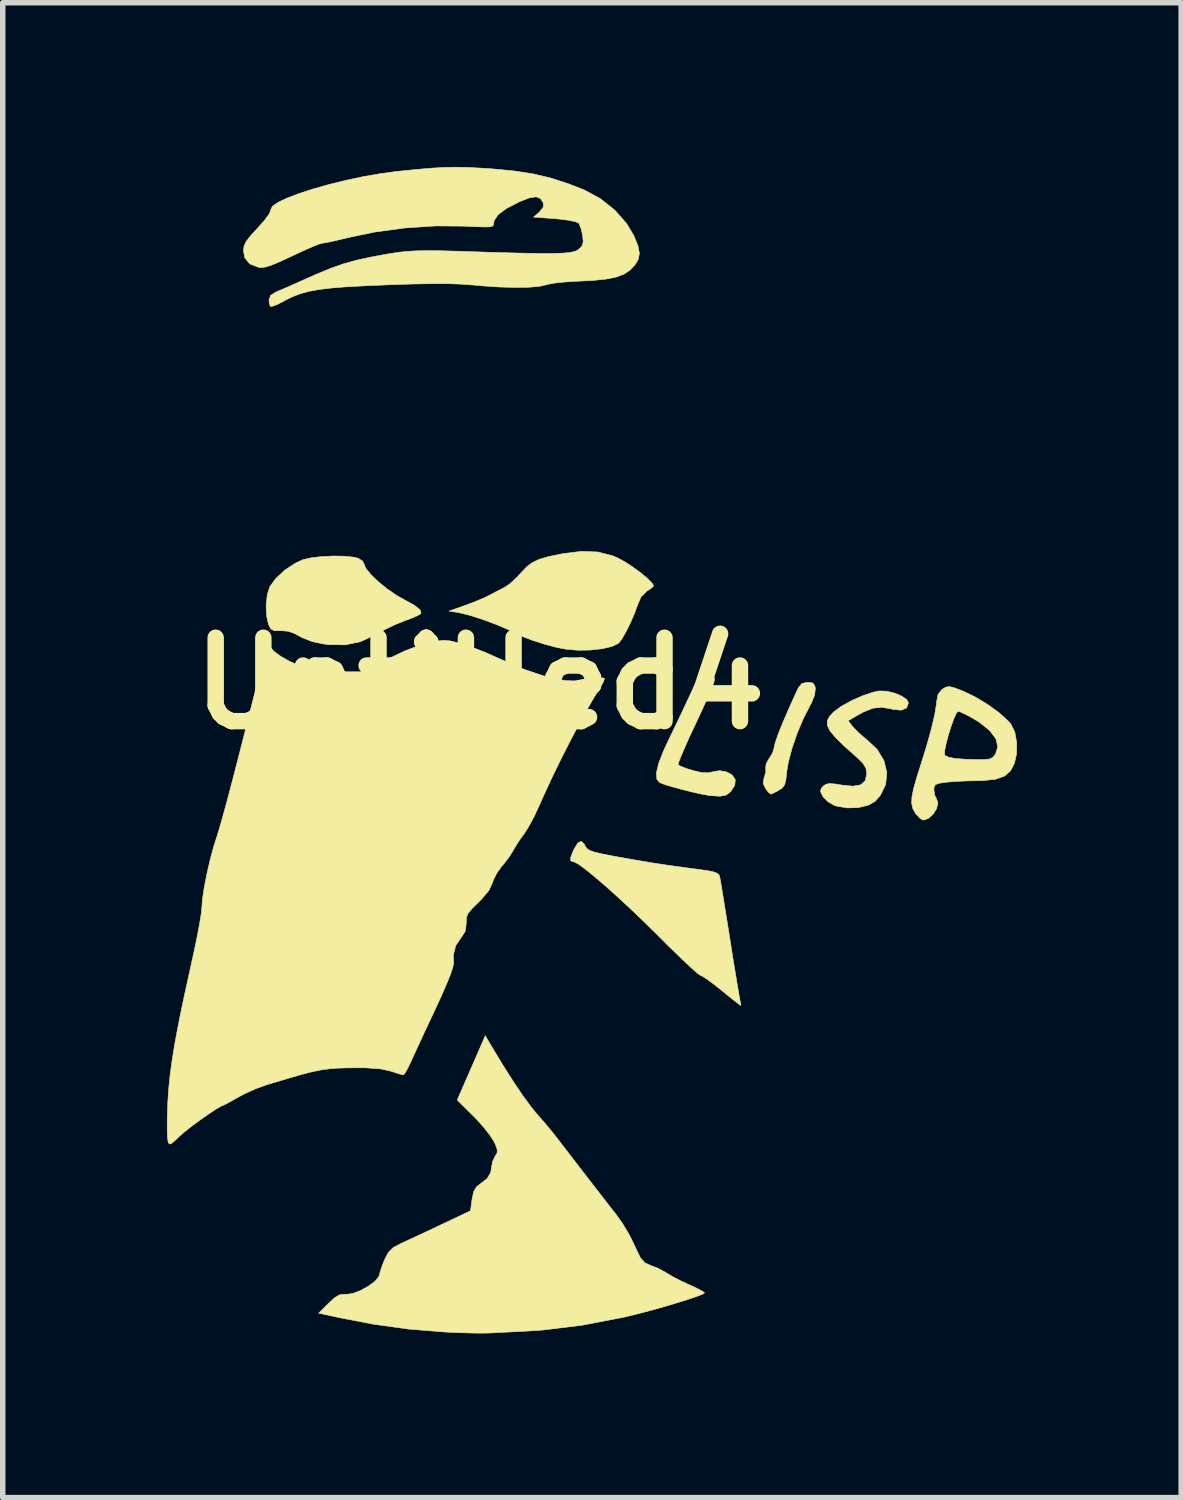
<source format=kicad_pcb>
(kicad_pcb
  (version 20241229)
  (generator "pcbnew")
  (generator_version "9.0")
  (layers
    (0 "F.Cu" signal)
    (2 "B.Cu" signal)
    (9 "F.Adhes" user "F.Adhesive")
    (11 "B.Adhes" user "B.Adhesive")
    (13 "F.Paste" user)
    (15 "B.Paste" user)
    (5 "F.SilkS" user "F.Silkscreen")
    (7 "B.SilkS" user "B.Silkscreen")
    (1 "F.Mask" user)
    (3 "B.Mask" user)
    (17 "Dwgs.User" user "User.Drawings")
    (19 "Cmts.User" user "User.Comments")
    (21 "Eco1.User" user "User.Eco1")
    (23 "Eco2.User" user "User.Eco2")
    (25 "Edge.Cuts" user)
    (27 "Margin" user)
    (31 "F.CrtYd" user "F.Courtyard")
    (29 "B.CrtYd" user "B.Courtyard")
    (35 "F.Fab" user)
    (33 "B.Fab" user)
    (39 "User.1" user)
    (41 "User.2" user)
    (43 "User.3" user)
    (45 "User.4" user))
  (footprint "Untitled4"
    (layer "F.Cu")
    (at 5.717 9.437)
    (property "Reference" "Untitled4" (at 0 0 0) (layer "F.SilkS") (effects (font (size 1.524 1.524) (thickness 0.3))))
    (attr through_hole)
    (fp_poly (pts (xy 6.084 -0.008) (xy 6.123 0.049) (xy 6.131 0.097) (xy 6.116 0.218) (xy 6.056 0.365) (xy 6.04 0.393) (xy 5.916 0.633) (xy 5.8 0.907) (xy 5.704 1.187) (xy 5.636 1.443) (xy 5.61 1.6) (xy 5.593 1.754) (xy 5.571 1.849) (xy 5.525 1.911) (xy 5.439 1.966) (xy 5.326 2.023) (xy 5.286 2.002) (xy 5.227 1.931) (xy 5.225 1.927) (xy 5.178 1.828) (xy 5.19 1.738) (xy 5.2 1.713) (xy 5.227 1.613) (xy 5.223 1.547) (xy 5.231 1.473) (xy 5.282 1.379) (xy 5.288 1.371) (xy 5.349 1.271) (xy 5.376 1.185) (xy 5.376 1.182) (xy 5.396 1.089) (xy 5.452 0.926) (xy 5.543 0.7) (xy 5.667 0.415) (xy 5.817 0.085) (xy 5.885 0.001) (xy 5.992 -0.021) (xy 6.084 -0.008)) (stroke (width 0.01) (type solid)) (fill yes) (layer "F.SilkS"))
    (fp_poly (pts (xy -2.467 -2.324) (xy -2.3 -2.306) (xy -2.225 -2.287) (xy -2.145 -2.238) (xy -2.117 -2.187) (xy -2.083 -2.103) (xy -1.991 -1.99) (xy -1.858 -1.861) (xy -1.698 -1.73) (xy -1.526 -1.611) (xy -1.376 -1.527) (xy -1.195 -1.427) (xy -1.093 -1.346) (xy -1.073 -1.285) (xy -1.083 -1.271) (xy -1.143 -1.236) (xy -1.257 -1.187) (xy -1.376 -1.143) (xy -1.548 -1.074) (xy -1.744 -0.98) (xy -1.904 -0.893) (xy -2.178 -0.763) (xy -2.458 -0.704) (xy -2.768 -0.709) (xy -2.857 -0.721) (xy -3.064 -0.764) (xy -3.245 -0.836) (xy -3.387 -0.913) (xy -3.502 -0.953) (xy -3.639 -0.964) (xy -3.65 -0.963) (xy -3.759 -0.963) (xy -3.819 -0.998) (xy -3.86 -1.076) (xy -3.897 -1.235) (xy -3.904 -1.431) (xy -3.883 -1.623) (xy -3.836 -1.769) (xy -3.725 -1.92) (xy -3.562 -2.07) (xy -3.374 -2.195) (xy -3.226 -2.263) (xy -3.078 -2.296) (xy -2.884 -2.318) (xy -2.671 -2.328) (xy -2.467 -2.324)) (stroke (width 0.01) (type solid)) (fill yes) (layer "F.SilkS"))
    (fp_poly (pts (xy 4.158 -0.162) (xy 4.254 -0.142) (xy 4.288 -0.097) (xy 4.287 -0.056) (xy 4.267 0.01) (xy 4.215 0.139) (xy 4.138 0.316) (xy 4.042 0.527) (xy 3.94 0.745) (xy 3.834 0.97) (xy 3.745 1.17) (xy 3.676 1.331) (xy 3.633 1.44) (xy 3.622 1.486) (xy 3.671 1.514) (xy 3.776 1.555) (xy 3.885 1.589) (xy 4.057 1.63) (xy 4.179 1.634) (xy 4.24 1.619) (xy 4.38 1.594) (xy 4.51 1.617) (xy 4.612 1.675) (xy 4.668 1.759) (xy 4.659 1.857) (xy 4.655 1.866) (xy 4.583 1.978) (xy 4.502 2.04) (xy 4.389 2.062) (xy 4.223 2.051) (xy 4.17 2.044) (xy 4.042 2.021) (xy 3.875 1.983) (xy 3.691 1.937) (xy 3.516 1.889) (xy 3.374 1.846) (xy 3.29 1.814) (xy 3.288 1.813) (xy 3.234 1.749) (xy 3.227 1.635) (xy 3.266 1.466) (xy 3.355 1.238) (xy 3.464 1.003) (xy 3.573 0.777) (xy 3.692 0.53) (xy 3.8 0.299) (xy 3.847 0.198) (xy 3.927 0.027) (xy 3.984 -0.081) (xy 4.03 -0.14) (xy 4.076 -0.163) (xy 4.136 -0.164) (xy 4.158 -0.162)) (stroke (width 0.01) (type solid)) (fill yes) (layer "F.SilkS"))
    (fp_poly (pts (xy 2.156 -2.401) (xy 2.42 -2.334) (xy 2.527 -2.289) (xy 2.659 -2.216) (xy 2.805 -2.12) (xy 2.947 -2.015) (xy 3.067 -1.914) (xy 3.149 -1.83) (xy 3.175 -1.783) (xy 3.142 -1.746) (xy 3.062 -1.693) (xy 3.057 -1.69) (xy 2.946 -1.581) (xy 2.883 -1.436) (xy 2.829 -1.285) (xy 2.756 -1.116) (xy 2.676 -0.953) (xy 2.6 -0.819) (xy 2.539 -0.738) (xy 2.533 -0.733) (xy 2.416 -0.676) (xy 2.239 -0.634) (xy 2.023 -0.61) (xy 1.792 -0.606) (xy 1.587 -0.623) (xy 1.402 -0.658) (xy 1.183 -0.716) (xy 0.962 -0.787) (xy 0.771 -0.86) (xy 0.67 -0.909) (xy 0.498 -0.993) (xy 0.281 -1.084) (xy 0.047 -1.17) (xy -0.174 -1.241) (xy -0.353 -1.286) (xy -0.377 -1.291) (xy -0.563 -1.322) (xy -0.274 -1.423) (xy -0.104 -1.487) (xy 0.057 -1.554) (xy 0.166 -1.606) (xy 0.304 -1.679) (xy 0.438 -1.747) (xy 0.45 -1.753) (xy 0.55 -1.821) (xy 0.669 -1.93) (xy 0.752 -2.02) (xy 0.852 -2.127) (xy 0.956 -2.206) (xy 1.083 -2.267) (xy 1.254 -2.317) (xy 1.488 -2.365) (xy 1.519 -2.371) (xy 1.861 -2.413) (xy 2.156 -2.401)) (stroke (width 0.01) (type solid)) (fill yes) (layer "F.SilkS"))
    (fp_poly (pts (xy 7.434 0.142) (xy 7.579 0.177) (xy 7.71 0.232) (xy 7.802 0.297) (xy 7.832 0.356) (xy 7.799 0.448) (xy 7.703 0.489) (xy 7.551 0.475) (xy 7.516 0.466) (xy 7.343 0.436) (xy 7.182 0.453) (xy 7.006 0.524) (xy 6.91 0.577) (xy 6.729 0.682) (xy 6.815 0.792) (xy 6.904 0.886) (xy 7.024 0.991) (xy 7.068 1.025) (xy 7.262 1.208) (xy 7.385 1.413) (xy 7.437 1.629) (xy 7.416 1.844) (xy 7.32 2.044) (xy 7.221 2.156) (xy 7.093 2.228) (xy 6.915 2.269) (xy 6.716 2.275) (xy 6.525 2.244) (xy 6.477 2.229) (xy 6.359 2.161) (xy 6.271 2.07) (xy 6.266 2.061) (xy 6.226 1.976) (xy 6.237 1.92) (xy 6.272 1.88) (xy 6.322 1.843) (xy 6.388 1.83) (xy 6.496 1.838) (xy 6.609 1.857) (xy 6.817 1.878) (xy 6.96 1.853) (xy 7.042 1.778) (xy 7.07 1.652) (xy 7.07 1.642) (xy 7.055 1.549) (xy 7.001 1.46) (xy 6.892 1.352) (xy 6.873 1.336) (xy 6.653 1.14) (xy 6.496 0.985) (xy 6.396 0.864) (xy 6.349 0.765) (xy 6.349 0.68) (xy 6.393 0.599) (xy 6.466 0.521) (xy 6.605 0.418) (xy 6.795 0.314) (xy 7.003 0.222) (xy 7.198 0.158) (xy 7.298 0.138) (xy 7.434 0.142)) (stroke (width 0.01) (type solid)) (fill yes) (layer "F.SilkS"))
    (fp_poly (pts (xy 1.909 2.938) (xy 1.927 2.974) (xy 1.955 3.016) (xy 2.006 3.051) (xy 2.096 3.083) (xy 2.238 3.116) (xy 2.447 3.157) (xy 2.477 3.162) (xy 2.835 3.226) (xy 3.144 3.278) (xy 3.439 3.323) (xy 3.752 3.366) (xy 3.949 3.392) (xy 4.141 3.418) (xy 4.266 3.442) (xy 4.337 3.469) (xy 4.372 3.503) (xy 4.383 3.532) (xy 4.395 3.596) (xy 4.418 3.732) (xy 4.45 3.927) (xy 4.489 4.169) (xy 4.534 4.446) (xy 4.574 4.699) (xy 4.62 4.993) (xy 4.664 5.261) (xy 4.702 5.49) (xy 4.732 5.67) (xy 4.753 5.788) (xy 4.762 5.831) (xy 4.771 5.88) (xy 4.767 5.884) (xy 4.73 5.859) (xy 4.643 5.791) (xy 4.519 5.692) (xy 4.419 5.61) (xy 4.274 5.495) (xy 4.149 5.403) (xy 4.062 5.347) (xy 4.032 5.335) (xy 3.989 5.306) (xy 3.895 5.225) (xy 3.76 5.1) (xy 3.593 4.94) (xy 3.403 4.754) (xy 3.292 4.642) (xy 3.029 4.382) (xy 2.769 4.133) (xy 2.52 3.902) (xy 2.29 3.696) (xy 2.087 3.522) (xy 1.919 3.387) (xy 1.793 3.297) (xy 1.718 3.26) (xy 1.712 3.26) (xy 1.663 3.244) (xy 1.658 3.19) (xy 1.697 3.082) (xy 1.722 3.028) (xy 1.792 2.915) (xy 1.853 2.885) (xy 1.909 2.938)) (stroke (width 0.01) (type solid)) (fill yes) (layer "F.SilkS"))
    (fp_poly (pts (xy 8.661 0.077) (xy 8.79 0.125) (xy 8.843 0.147) (xy 9.061 0.253) (xy 9.285 0.389) (xy 9.49 0.538) (xy 9.652 0.684) (xy 9.702 0.74) (xy 9.775 0.889) (xy 9.81 1.084) (xy 9.806 1.294) (xy 9.768 1.46) (xy 9.696 1.599) (xy 9.585 1.694) (xy 9.422 1.751) (xy 9.195 1.776) (xy 9.081 1.778) (xy 8.882 1.782) (xy 8.683 1.792) (xy 8.524 1.805) (xy 8.52 1.805) (xy 8.39 1.825) (xy 8.324 1.851) (xy 8.3 1.897) (xy 8.297 1.945) (xy 8.313 2.046) (xy 8.342 2.102) (xy 8.371 2.183) (xy 8.346 2.288) (xy 8.281 2.392) (xy 8.191 2.47) (xy 8.1 2.498) (xy 8.044 2.466) (xy 7.971 2.388) (xy 7.958 2.37) (xy 7.912 2.288) (xy 7.891 2.195) (xy 7.895 2.077) (xy 7.927 1.919) (xy 7.987 1.706) (xy 8.052 1.503) (xy 8.116 1.299) (xy 8.49 1.299) (xy 8.495 1.314) (xy 8.562 1.348) (xy 8.685 1.372) (xy 8.876 1.386) (xy 9.048 1.391) (xy 9.209 1.392) (xy 9.309 1.382) (xy 9.369 1.356) (xy 9.412 1.307) (xy 9.422 1.293) (xy 9.465 1.157) (xy 9.429 1.011) (xy 9.316 0.861) (xy 9.129 0.711) (xy 9.024 0.646) (xy 8.894 0.575) (xy 8.79 0.526) (xy 8.738 0.509) (xy 8.706 0.546) (xy 8.661 0.645) (xy 8.612 0.783) (xy 8.563 0.939) (xy 8.522 1.091) (xy 8.496 1.218) (xy 8.49 1.299) (xy 8.116 1.299) (xy 8.161 1.153) (xy 8.248 0.841) (xy 8.31 0.58) (xy 8.343 0.38) (xy 8.346 0.338) (xy 8.372 0.202) (xy 8.438 0.116) (xy 8.46 0.1) (xy 8.52 0.067) (xy 8.579 0.058) (xy 8.661 0.077)) (stroke (width 0.01) (type solid)) (fill yes) (layer "F.SilkS"))
    (fp_poly (pts (xy 0.205 6.616) (xy 0.412 6.959) (xy 0.609 7.27) (xy 0.789 7.537) (xy 0.944 7.748) (xy 1.043 7.867) (xy 1.18 8.024) (xy 1.324 8.197) (xy 1.417 8.315) (xy 1.546 8.484) (xy 1.705 8.69) (xy 1.878 8.915) (xy 2.055 9.144) (xy 2.223 9.36) (xy 2.367 9.546) (xy 2.476 9.686) (xy 2.496 9.711) (xy 2.611 9.874) (xy 2.722 10.06) (xy 2.772 10.156) (xy 2.841 10.301) (xy 2.903 10.431) (xy 2.935 10.496) (xy 3.018 10.587) (xy 3.122 10.635) (xy 3.25 10.683) (xy 3.386 10.757) (xy 3.405 10.769) (xy 3.521 10.838) (xy 3.679 10.92) (xy 3.829 10.989) (xy 3.965 11.052) (xy 4.064 11.104) (xy 4.106 11.135) (xy 4.106 11.136) (xy 4.068 11.161) (xy 3.961 11.202) (xy 3.802 11.256) (xy 3.602 11.318) (xy 3.378 11.385) (xy 3.144 11.451) (xy 2.912 11.512) (xy 2.698 11.565) (xy 2.64 11.579) (xy 1.871 11.727) (xy 1.152 11.815) (xy 0.891 11.833) (xy 0.671 11.844) (xy 0.451 11.855) (xy 0.264 11.865) (xy 0.191 11.869) (xy 0.051 11.872) (xy -0.148 11.87) (xy -0.381 11.863) (xy -0.623 11.852) (xy -0.656 11.85) (xy -1.307 11.797) (xy -1.941 11.709) (xy -2.52 11.598) (xy -2.945 11.507) (xy -2.766 11.329) (xy -2.653 11.225) (xy -2.566 11.173) (xy -2.479 11.161) (xy -2.447 11.163) (xy -2.328 11.149) (xy -2.183 11.095) (xy -2.039 11.016) (xy -1.918 10.927) (xy -1.846 10.84) (xy -1.836 10.811) (xy -1.812 10.721) (xy -1.765 10.592) (xy -1.739 10.526) (xy -1.669 10.394) (xy -1.581 10.308) (xy -1.452 10.239) (xy -1.337 10.186) (xy -1.167 10.107) (xy -0.964 10.012) (xy -0.748 9.91) (xy -0.71 9.892) (xy -0.17 9.636) (xy -0.143 9.43) (xy -0.112 9.286) (xy -0.06 9.197) (xy -0.005 9.155) (xy 0.133 9.048) (xy 0.2 8.936) (xy 0.212 8.849) (xy 0.236 8.729) (xy 0.278 8.644) (xy 0.316 8.579) (xy 0.318 8.516) (xy 0.284 8.423) (xy 0.258 8.37) (xy 0.189 8.26) (xy 0.077 8.117) (xy -0.059 7.964) (xy -0.12 7.902) (xy -0.413 7.612) (xy -0.156 7.024) (xy 0.1 6.437) (xy 0.205 6.616)) (stroke (width 0.01) (type solid)) (fill yes) (layer "F.SilkS"))
    (fp_poly (pts (xy -0.526 -0.774) (xy -0.381 -0.737) (xy -0.321 -0.72) (xy -0.121 -0.653) (xy 0.102 -0.566) (xy 0.275 -0.488) (xy 0.748 -0.279) (xy 1.17 -0.135) (xy 1.544 -0.054) (xy 1.871 -0.037) (xy 2.149 -0.082) (xy 2.242 -0.103) (xy 2.278 -0.088) (xy 2.258 -0.027) (xy 2.192 0.085) (xy 2.038 0.34) (xy 1.863 0.653) (xy 1.676 1.004) (xy 1.487 1.374) (xy 1.308 1.743) (xy 1.148 2.09) (xy 1.082 2.239) (xy 0.998 2.42) (xy 0.909 2.589) (xy 0.83 2.719) (xy 0.809 2.747) (xy 0.715 2.878) (xy 0.633 3.011) (xy 0.617 3.04) (xy 0.543 3.16) (xy 0.443 3.293) (xy 0.405 3.336) (xy 0.313 3.462) (xy 0.247 3.593) (xy 0.233 3.639) (xy 0.168 3.78) (xy 0.027 3.948) (xy -0.028 4.002) (xy -0.148 4.12) (xy -0.216 4.205) (xy -0.245 4.279) (xy -0.248 4.364) (xy -0.247 4.373) (xy -0.264 4.524) (xy -0.327 4.624) (xy -0.44 4.79) (xy -0.484 4.965) (xy -0.479 5.045) (xy -0.477 5.106) (xy -0.495 5.193) (xy -0.536 5.316) (xy -0.603 5.482) (xy -0.698 5.701) (xy -0.827 5.981) (xy -0.931 6.202) (xy -1.028 6.409) (xy -1.126 6.621) (xy -1.211 6.806) (xy -1.249 6.89) (xy -1.312 7.022) (xy -1.365 7.117) (xy -1.397 7.154) (xy -1.397 7.154) (xy -1.453 7.141) (xy -1.557 7.108) (xy -1.614 7.088) (xy -1.808 7.044) (xy -2.083 7.024) (xy -2.221 7.023) (xy -2.429 7.025) (xy -2.601 7.03) (xy -2.754 7.042) (xy -2.903 7.063) (xy -3.065 7.096) (xy -3.255 7.145) (xy -3.488 7.212) (xy -3.782 7.3) (xy -3.895 7.334) (xy -4.089 7.404) (xy -4.296 7.497) (xy -4.416 7.561) (xy -4.543 7.633) (xy -4.638 7.685) (xy -4.68 7.705) (xy -4.737 7.729) (xy -4.842 7.793) (xy -4.979 7.884) (xy -5.13 7.991) (xy -5.277 8.1) (xy -5.403 8.2) (xy -5.48 8.267) (xy -5.585 8.367) (xy -5.646 8.414) (xy -5.677 8.413) (xy -5.695 8.372) (xy -5.7 8.349) (xy -5.709 8.269) (xy -5.712 8.123) (xy -5.711 7.933) (xy -5.704 7.717) (xy -5.703 7.689) (xy -5.687 7.432) (xy -5.66 7.159) (xy -5.619 6.861) (xy -5.563 6.525) (xy -5.49 6.142) (xy -5.398 5.701) (xy -5.285 5.19) (xy -5.269 5.115) (xy -5.21 4.848) (xy -5.159 4.599) (xy -5.119 4.382) (xy -5.091 4.214) (xy -5.08 4.111) (xy -5.08 4.105) (xy -5.068 3.945) (xy -5.035 3.729) (xy -4.987 3.48) (xy -4.928 3.225) (xy -4.864 2.986) (xy -4.806 2.805) (xy -4.772 2.696) (xy -4.72 2.516) (xy -4.654 2.278) (xy -4.577 1.994) (xy -4.494 1.675) (xy -4.406 1.333) (xy -4.341 1.079) (xy -4.231 0.641) (xy -4.139 0.279) (xy -4.063 -0.015) (xy -4.003 -0.246) (xy -3.955 -0.421) (xy -3.918 -0.547) (xy -3.89 -0.63) (xy -3.869 -0.676) (xy -3.853 -0.693) (xy -3.841 -0.686) (xy -3.832 -0.669) (xy -3.767 -0.59) (xy -3.643 -0.498) (xy -3.481 -0.406) (xy -3.302 -0.325) (xy -3.168 -0.28) (xy -2.98 -0.242) (xy -2.742 -0.218) (xy -2.528 -0.212) (xy -2.127 -0.212) (xy -1.677 -0.447) (xy -1.367 -0.595) (xy -1.089 -0.701) (xy -0.924 -0.745) (xy -0.76 -0.777) (xy -0.639 -0.787) (xy -0.526 -0.774)) (stroke (width 0.01) (type solid)) (fill yes) (layer "F.SilkS"))
    (fp_poly (pts (xy -0.222 -9.428) (xy 0.021 -9.415) (xy 0.222 -9.402) (xy 0.625 -9.364) (xy 0.973 -9.31) (xy 1.294 -9.235) (xy 1.617 -9.13) (xy 1.905 -9.018) (xy 2.199 -8.86) (xy 2.465 -8.649) (xy 2.683 -8.402) (xy 2.817 -8.176) (xy 2.891 -7.991) (xy 2.916 -7.854) (xy 2.892 -7.741) (xy 2.833 -7.646) (xy 2.743 -7.55) (xy 2.634 -7.478) (xy 2.495 -7.425) (xy 2.311 -7.388) (xy 2.069 -7.363) (xy 1.757 -7.347) (xy 1.561 -7.335) (xy 1.384 -7.317) (xy 1.251 -7.294) (xy 1.206 -7.281) (xy 1.082 -7.254) (xy 0.888 -7.238) (xy 0.64 -7.235) (xy 0.352 -7.243) (xy 0.039 -7.264) (xy -0.134 -7.28) (xy -0.342 -7.295) (xy -0.592 -7.304) (xy -0.893 -7.304) (xy -1.257 -7.297) (xy -1.694 -7.282) (xy -1.72 -7.281) (xy -2.126 -7.263) (xy -2.459 -7.245) (xy -2.729 -7.223) (xy -2.949 -7.196) (xy -3.13 -7.162) (xy -3.282 -7.12) (xy -3.419 -7.067) (xy -3.549 -7.003) (xy -3.583 -6.984) (xy -3.703 -6.923) (xy -3.793 -6.89) (xy -3.826 -6.889) (xy -3.847 -6.947) (xy -3.852 -7.008) (xy -3.821 -7.092) (xy -3.717 -7.155) (xy -3.715 -7.156) (xy -3.607 -7.201) (xy -3.455 -7.267) (xy -3.29 -7.341) (xy -3.281 -7.345) (xy -2.975 -7.481) (xy -2.72 -7.586) (xy -2.491 -7.666) (xy -2.263 -7.73) (xy -2.012 -7.786) (xy -1.713 -7.841) (xy -1.636 -7.854) (xy -1.479 -7.878) (xy -1.324 -7.894) (xy -1.156 -7.904) (xy -0.957 -7.907) (xy -0.713 -7.905) (xy -0.406 -7.897) (xy -0.26 -7.892) (xy 0.203 -7.877) (xy 0.589 -7.866) (xy 0.906 -7.859) (xy 1.16 -7.855) (xy 1.36 -7.856) (xy 1.513 -7.862) (xy 1.627 -7.871) (xy 1.708 -7.886) (xy 1.765 -7.905) (xy 1.805 -7.929) (xy 1.806 -7.929) (xy 1.869 -7.993) (xy 1.889 -8.069) (xy 1.879 -8.184) (xy 1.851 -8.307) (xy 1.815 -8.397) (xy 1.805 -8.412) (xy 1.743 -8.437) (xy 1.619 -8.463) (xy 1.454 -8.484) (xy 1.37 -8.492) (xy 0.982 -8.52) (xy 1.087 -8.61) (xy 1.161 -8.703) (xy 1.162 -8.775) (xy 1.11 -8.859) (xy 1.03 -8.891) (xy 0.908 -8.873) (xy 0.731 -8.804) (xy 0.72 -8.799) (xy 0.486 -8.678) (xy 0.333 -8.564) (xy 0.261 -8.455) (xy 0.254 -8.411) (xy 0.25 -8.376) (xy 0.229 -8.354) (xy 0.177 -8.342) (xy 0.08 -8.34) (xy -0.074 -8.345) (xy -0.286 -8.355) (xy -0.808 -8.359) (xy -1.366 -8.322) (xy -1.92 -8.247) (xy -2.392 -8.149) (xy -2.576 -8.105) (xy -2.733 -8.069) (xy -2.843 -8.048) (xy -2.88 -8.043) (xy -2.941 -8.026) (xy -3.061 -7.978) (xy -3.223 -7.906) (xy -3.411 -7.819) (xy -3.43 -7.81) (xy -3.649 -7.708) (xy -3.808 -7.642) (xy -3.921 -7.607) (xy -4.005 -7.598) (xy -4.043 -7.603) (xy -4.204 -7.666) (xy -4.294 -7.775) (xy -4.318 -7.905) (xy -4.308 -7.99) (xy -4.269 -8.074) (xy -4.19 -8.178) (xy -4.061 -8.318) (xy -3.933 -8.462) (xy -3.848 -8.578) (xy -3.817 -8.653) (xy -3.818 -8.659) (xy -3.788 -8.72) (xy -3.684 -8.791) (xy -3.519 -8.869) (xy -3.302 -8.951) (xy -3.045 -9.035) (xy -2.757 -9.116) (xy -2.449 -9.192) (xy -2.133 -9.259) (xy -1.819 -9.314) (xy -1.517 -9.355) (xy -1.503 -9.356) (xy -1.166 -9.39) (xy -0.891 -9.414) (xy -0.656 -9.428) (xy -0.44 -9.432) (xy -0.222 -9.428)) (stroke (width 0.01) (type solid)) (fill yes) (layer "F.SilkS")))
  (gr_rect
    (start -3 -3)
    (end 18.532 24.314)
    (stroke (width 0.1) (type default))
    (fill no)
    (layer "Edge.Cuts")))
</source>
